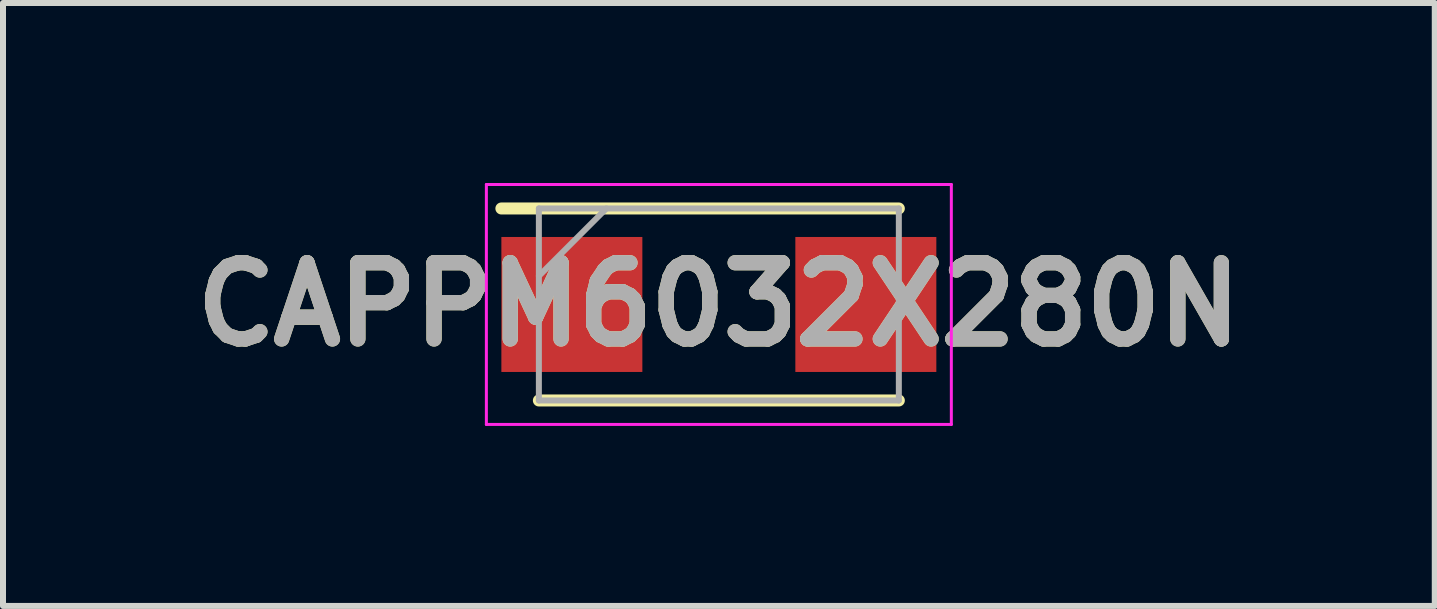
<source format=kicad_pcb>
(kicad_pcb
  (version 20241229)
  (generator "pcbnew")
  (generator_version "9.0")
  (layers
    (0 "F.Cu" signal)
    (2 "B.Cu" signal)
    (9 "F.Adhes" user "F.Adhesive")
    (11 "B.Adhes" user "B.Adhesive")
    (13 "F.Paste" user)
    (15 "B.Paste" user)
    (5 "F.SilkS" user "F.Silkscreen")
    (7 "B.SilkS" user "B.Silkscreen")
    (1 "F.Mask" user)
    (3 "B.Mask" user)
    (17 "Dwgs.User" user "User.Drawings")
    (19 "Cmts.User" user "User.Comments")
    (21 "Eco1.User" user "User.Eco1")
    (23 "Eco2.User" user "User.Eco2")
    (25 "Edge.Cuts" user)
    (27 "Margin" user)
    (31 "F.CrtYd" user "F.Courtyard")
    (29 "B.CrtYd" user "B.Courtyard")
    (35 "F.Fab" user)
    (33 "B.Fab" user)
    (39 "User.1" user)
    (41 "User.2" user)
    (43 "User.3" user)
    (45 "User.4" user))
  (footprint "CAPPM6032X280N"
    (layer "F.Cu")
    (at 8.932 2.025)
    (property "Reference" "CAPPM6032X280N" (at 0 0 0) (layer "F.SilkS") (effects (font (size 1.27 1.27) (thickness 0.254))))
    (attr smd)
    (fp_line (start -3 1.6) (end 3 1.6) (stroke (width 0.2) (type solid)) (layer "F.SilkS"))
    (fp_line (start 3 -1.6) (end -3.625 -1.6) (stroke (width 0.2) (type solid)) (layer "F.SilkS"))
    (fp_line (start -3.875 -2) (end 3.875 -2) (stroke (width 0.05) (type solid)) (layer "F.CrtYd"))
    (fp_line (start -3.875 2) (end -3.875 -2) (stroke (width 0.05) (type solid)) (layer "F.CrtYd"))
    (fp_line (start 3.875 -2) (end 3.875 2) (stroke (width 0.05) (type solid)) (layer "F.CrtYd"))
    (fp_line (start 3.875 2) (end -3.875 2) (stroke (width 0.05) (type solid)) (layer "F.CrtYd"))
    (fp_line (start -3 -1.6) (end 3 -1.6) (stroke (width 0.1) (type solid)) (layer "F.Fab"))
    (fp_line (start -3 -0.475) (end -1.875 -1.6) (stroke (width 0.1) (type solid)) (layer "F.Fab"))
    (fp_line (start -3 1.6) (end -3 -1.6) (stroke (width 0.1) (type solid)) (layer "F.Fab"))
    (fp_line (start 3 -1.6) (end 3 1.6) (stroke (width 0.1) (type solid)) (layer "F.Fab"))
    (fp_line (start 3 1.6) (end -3 1.6) (stroke (width 0.1) (type solid)) (layer "F.Fab"))
    (fp_text user "${REFERENCE}" (at 0 0 0) (layer "F.Fab") (effects (font (size 1.27 1.27) (thickness 0.254))))
    (pad "1" smd rect (at -2.45 0 90) (size 2.25 2.35) (layers "F.Cu" "F.Mask" "F.Paste"))
    (pad "2" smd rect (at 2.45 0 90) (size 2.25 2.35) (layers "F.Cu" "F.Mask" "F.Paste")))
  (gr_rect
    (start -3 -3)
    (end 20.865 7.05)
    (stroke (width 0.1) (type default))
    (fill no)
    (layer "Edge.Cuts")))
</source>
